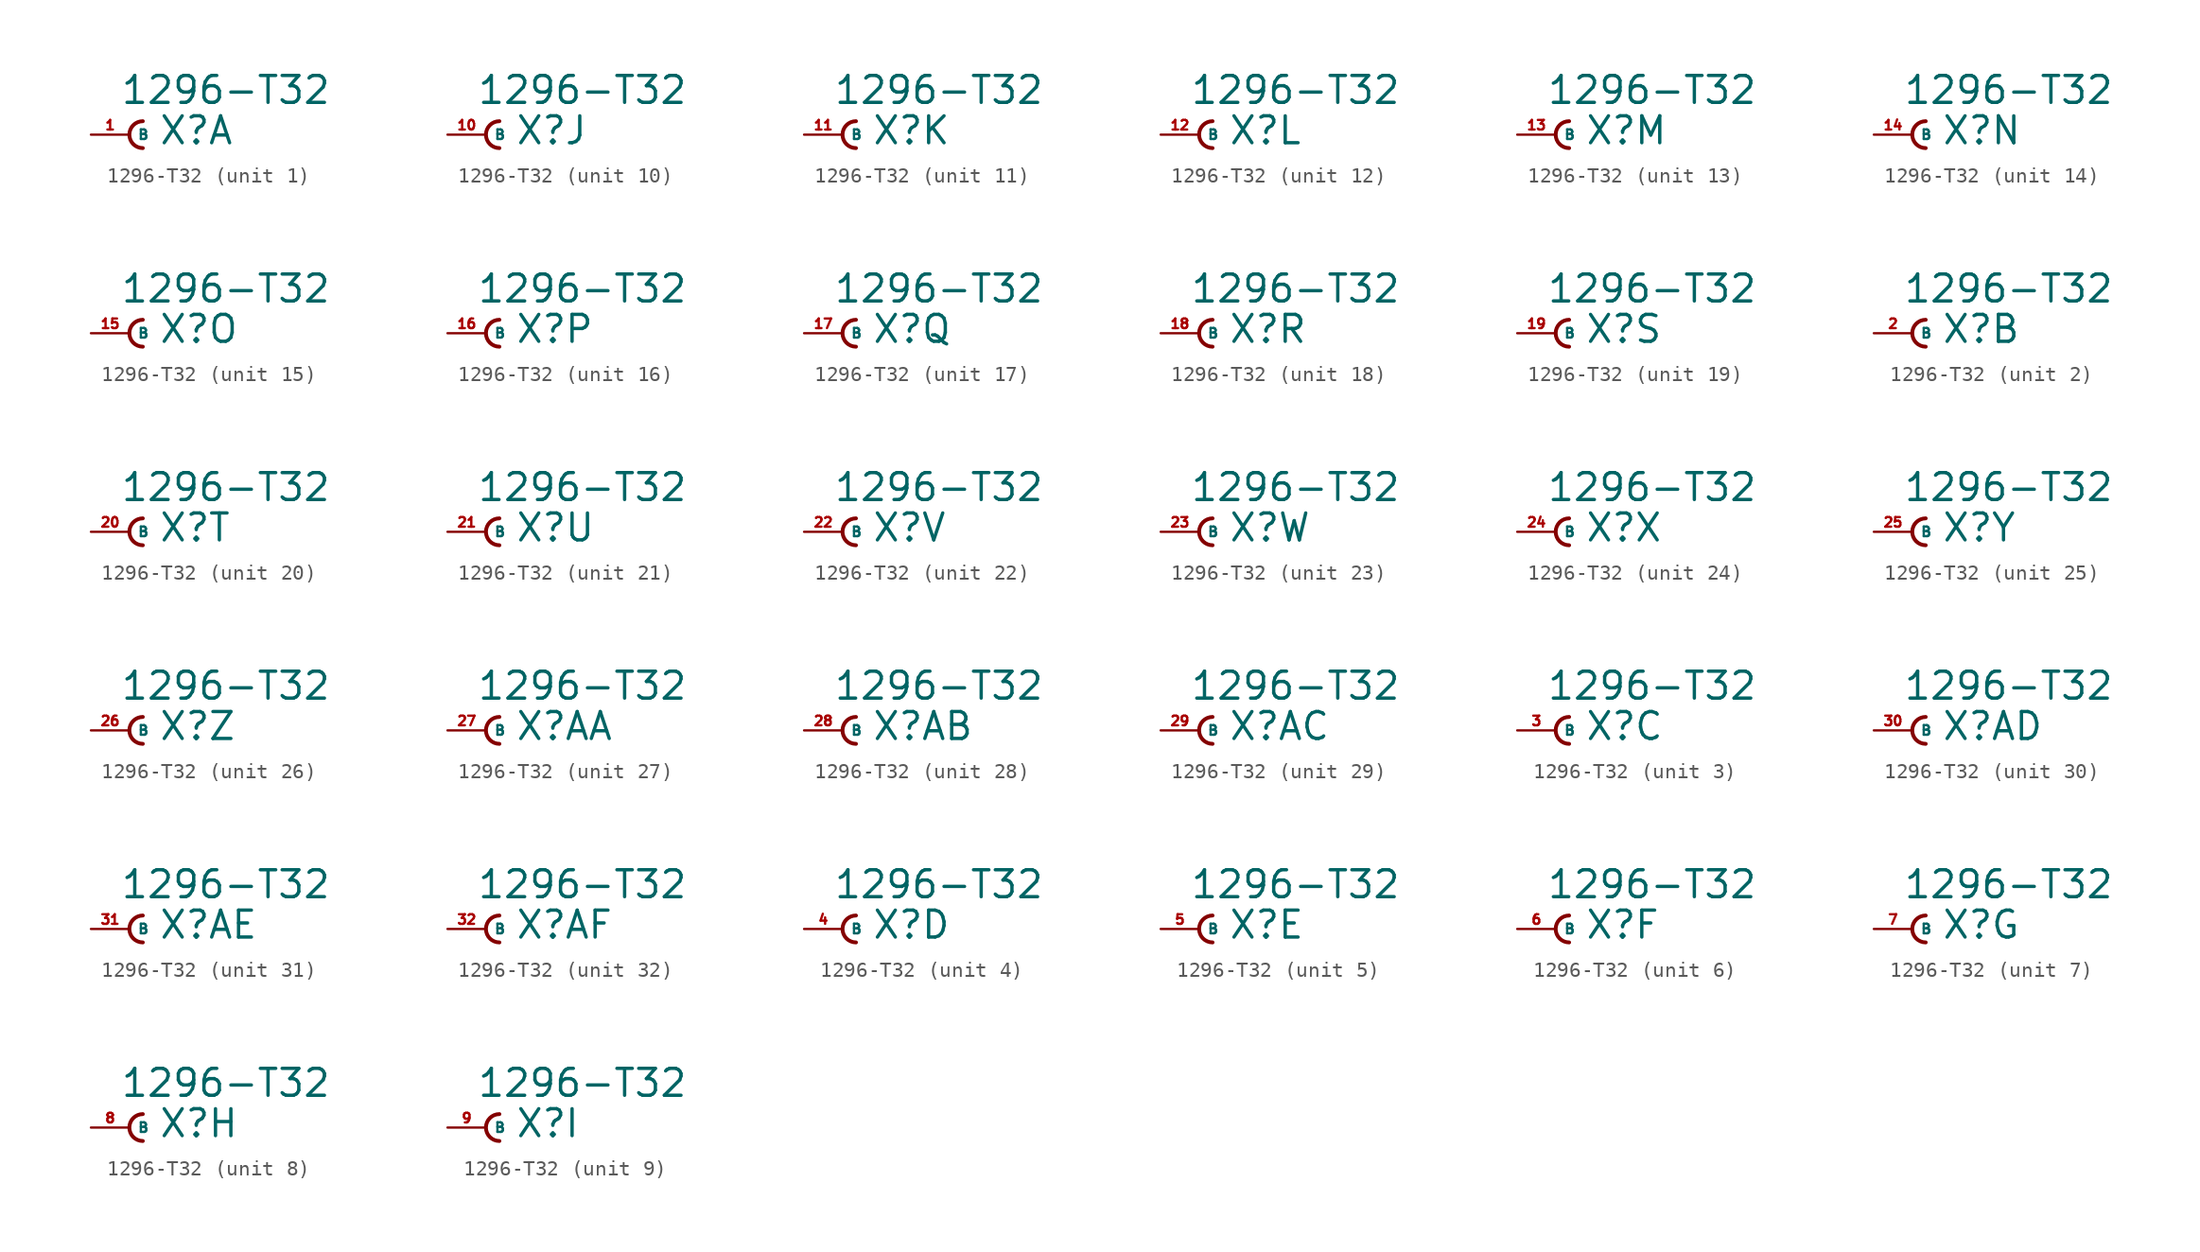
<source format=kicad_sym>
(kicad_symbol_lib
  (version 20220914)
  (generator Eagle2Kicad)
  (symbol "1296-T32"
    (property "Reference" "X"
      (at 1.905 -0.762 0)
      (effects (font (size 1.778 1.778) (thickness 0.22)) (justify left bottom)))
    (property "Value" "1296-T32"
      (at -0.635 1.905 0)
      (effects (font (size 1.778 1.778) (thickness 0.22)) (justify left bottom)))
    (symbol "1296-T32_1_0"
      (arc (start 0.889 0.889) (mid 0.000 0.000) (end 0.889 -0.889) (stroke (width 0.254) (type default)) (fill (type none)))
      (pin passive line (at -2.54 0 0) (length 2.54) (name "B" (effects (font (size 0.635 0.635) (thickness 0.08)) (justify left bottom))) (number "1" (effects (font (size 0.635 0.635) (thickness 0.08)) (justify left bottom)))))
    (symbol "1296-T32_2_0"
      (arc (start 0.889 0.889) (mid 0.000 0.000) (end 0.889 -0.889) (stroke (width 0.254) (type default)) (fill (type none)))
      (pin passive line (at -2.54 0 0) (length 2.54) (name "B" (effects (font (size 0.635 0.635) (thickness 0.08)) (justify left bottom))) (number "2" (effects (font (size 0.635 0.635) (thickness 0.08)) (justify left bottom)))))
    (symbol "1296-T32_3_0"
      (arc (start 0.889 0.889) (mid 0.000 0.000) (end 0.889 -0.889) (stroke (width 0.254) (type default)) (fill (type none)))
      (pin passive line (at -2.54 0 0) (length 2.54) (name "B" (effects (font (size 0.635 0.635) (thickness 0.08)) (justify left bottom))) (number "3" (effects (font (size 0.635 0.635) (thickness 0.08)) (justify left bottom)))))
    (symbol "1296-T32_4_0"
      (arc (start 0.889 0.889) (mid 0.000 0.000) (end 0.889 -0.889) (stroke (width 0.254) (type default)) (fill (type none)))
      (pin passive line (at -2.54 0 0) (length 2.54) (name "B" (effects (font (size 0.635 0.635) (thickness 0.08)) (justify left bottom))) (number "4" (effects (font (size 0.635 0.635) (thickness 0.08)) (justify left bottom)))))
    (symbol "1296-T32_5_0"
      (arc (start 0.889 0.889) (mid 0.000 0.000) (end 0.889 -0.889) (stroke (width 0.254) (type default)) (fill (type none)))
      (pin passive line (at -2.54 0 0) (length 2.54) (name "B" (effects (font (size 0.635 0.635) (thickness 0.08)) (justify left bottom))) (number "5" (effects (font (size 0.635 0.635) (thickness 0.08)) (justify left bottom)))))
    (symbol "1296-T32_6_0"
      (arc (start 0.889 0.889) (mid 0.000 0.000) (end 0.889 -0.889) (stroke (width 0.254) (type default)) (fill (type none)))
      (pin passive line (at -2.54 0 0) (length 2.54) (name "B" (effects (font (size 0.635 0.635) (thickness 0.08)) (justify left bottom))) (number "6" (effects (font (size 0.635 0.635) (thickness 0.08)) (justify left bottom)))))
    (symbol "1296-T32_7_0"
      (arc (start 0.889 0.889) (mid 0.000 0.000) (end 0.889 -0.889) (stroke (width 0.254) (type default)) (fill (type none)))
      (pin passive line (at -2.54 0 0) (length 2.54) (name "B" (effects (font (size 0.635 0.635) (thickness 0.08)) (justify left bottom))) (number "7" (effects (font (size 0.635 0.635) (thickness 0.08)) (justify left bottom)))))
    (symbol "1296-T32_8_0"
      (arc (start 0.889 0.889) (mid 0.000 0.000) (end 0.889 -0.889) (stroke (width 0.254) (type default)) (fill (type none)))
      (pin passive line (at -2.54 0 0) (length 2.54) (name "B" (effects (font (size 0.635 0.635) (thickness 0.08)) (justify left bottom))) (number "8" (effects (font (size 0.635 0.635) (thickness 0.08)) (justify left bottom)))))
    (symbol "1296-T32_9_0"
      (arc (start 0.889 0.889) (mid 0.000 0.000) (end 0.889 -0.889) (stroke (width 0.254) (type default)) (fill (type none)))
      (pin passive line (at -2.54 0 0) (length 2.54) (name "B" (effects (font (size 0.635 0.635) (thickness 0.08)) (justify left bottom))) (number "9" (effects (font (size 0.635 0.635) (thickness 0.08)) (justify left bottom)))))
    (symbol "1296-T32_10_0"
      (arc (start 0.889 0.889) (mid 0.000 0.000) (end 0.889 -0.889) (stroke (width 0.254) (type default)) (fill (type none)))
      (pin passive line (at -2.54 0 0) (length 2.54) (name "B" (effects (font (size 0.635 0.635) (thickness 0.08)) (justify left bottom))) (number "10" (effects (font (size 0.635 0.635) (thickness 0.08)) (justify left bottom)))))
    (symbol "1296-T32_11_0"
      (arc (start 0.889 0.889) (mid 0.000 0.000) (end 0.889 -0.889) (stroke (width 0.254) (type default)) (fill (type none)))
      (pin passive line (at -2.54 0 0) (length 2.54) (name "B" (effects (font (size 0.635 0.635) (thickness 0.08)) (justify left bottom))) (number "11" (effects (font (size 0.635 0.635) (thickness 0.08)) (justify left bottom)))))
    (symbol "1296-T32_12_0"
      (arc (start 0.889 0.889) (mid 0.000 0.000) (end 0.889 -0.889) (stroke (width 0.254) (type default)) (fill (type none)))
      (pin passive line (at -2.54 0 0) (length 2.54) (name "B" (effects (font (size 0.635 0.635) (thickness 0.08)) (justify left bottom))) (number "12" (effects (font (size 0.635 0.635) (thickness 0.08)) (justify left bottom)))))
    (symbol "1296-T32_13_0"
      (arc (start 0.889 0.889) (mid 0.000 0.000) (end 0.889 -0.889) (stroke (width 0.254) (type default)) (fill (type none)))
      (pin passive line (at -2.54 0 0) (length 2.54) (name "B" (effects (font (size 0.635 0.635) (thickness 0.08)) (justify left bottom))) (number "13" (effects (font (size 0.635 0.635) (thickness 0.08)) (justify left bottom)))))
    (symbol "1296-T32_14_0"
      (arc (start 0.889 0.889) (mid 0.000 0.000) (end 0.889 -0.889) (stroke (width 0.254) (type default)) (fill (type none)))
      (pin passive line (at -2.54 0 0) (length 2.54) (name "B" (effects (font (size 0.635 0.635) (thickness 0.08)) (justify left bottom))) (number "14" (effects (font (size 0.635 0.635) (thickness 0.08)) (justify left bottom)))))
    (symbol "1296-T32_15_0"
      (arc (start 0.889 0.889) (mid 0.000 0.000) (end 0.889 -0.889) (stroke (width 0.254) (type default)) (fill (type none)))
      (pin passive line (at -2.54 0 0) (length 2.54) (name "B" (effects (font (size 0.635 0.635) (thickness 0.08)) (justify left bottom))) (number "15" (effects (font (size 0.635 0.635) (thickness 0.08)) (justify left bottom)))))
    (symbol "1296-T32_16_0"
      (arc (start 0.889 0.889) (mid 0.000 0.000) (end 0.889 -0.889) (stroke (width 0.254) (type default)) (fill (type none)))
      (pin passive line (at -2.54 0 0) (length 2.54) (name "B" (effects (font (size 0.635 0.635) (thickness 0.08)) (justify left bottom))) (number "16" (effects (font (size 0.635 0.635) (thickness 0.08)) (justify left bottom)))))
    (symbol "1296-T32_17_0"
      (arc (start 0.889 0.889) (mid 0.000 0.000) (end 0.889 -0.889) (stroke (width 0.254) (type default)) (fill (type none)))
      (pin passive line (at -2.54 0 0) (length 2.54) (name "B" (effects (font (size 0.635 0.635) (thickness 0.08)) (justify left bottom))) (number "17" (effects (font (size 0.635 0.635) (thickness 0.08)) (justify left bottom)))))
    (symbol "1296-T32_18_0"
      (arc (start 0.889 0.889) (mid 0.000 0.000) (end 0.889 -0.889) (stroke (width 0.254) (type default)) (fill (type none)))
      (pin passive line (at -2.54 0 0) (length 2.54) (name "B" (effects (font (size 0.635 0.635) (thickness 0.08)) (justify left bottom))) (number "18" (effects (font (size 0.635 0.635) (thickness 0.08)) (justify left bottom)))))
    (symbol "1296-T32_19_0"
      (arc (start 0.889 0.889) (mid 0.000 0.000) (end 0.889 -0.889) (stroke (width 0.254) (type default)) (fill (type none)))
      (pin passive line (at -2.54 0 0) (length 2.54) (name "B" (effects (font (size 0.635 0.635) (thickness 0.08)) (justify left bottom))) (number "19" (effects (font (size 0.635 0.635) (thickness 0.08)) (justify left bottom)))))
    (symbol "1296-T32_20_0"
      (arc (start 0.889 0.889) (mid 0.000 0.000) (end 0.889 -0.889) (stroke (width 0.254) (type default)) (fill (type none)))
      (pin passive line (at -2.54 0 0) (length 2.54) (name "B" (effects (font (size 0.635 0.635) (thickness 0.08)) (justify left bottom))) (number "20" (effects (font (size 0.635 0.635) (thickness 0.08)) (justify left bottom)))))
    (symbol "1296-T32_21_0"
      (arc (start 0.889 0.889) (mid 0.000 0.000) (end 0.889 -0.889) (stroke (width 0.254) (type default)) (fill (type none)))
      (pin passive line (at -2.54 0 0) (length 2.54) (name "B" (effects (font (size 0.635 0.635) (thickness 0.08)) (justify left bottom))) (number "21" (effects (font (size 0.635 0.635) (thickness 0.08)) (justify left bottom)))))
    (symbol "1296-T32_22_0"
      (arc (start 0.889 0.889) (mid 0.000 0.000) (end 0.889 -0.889) (stroke (width 0.254) (type default)) (fill (type none)))
      (pin passive line (at -2.54 0 0) (length 2.54) (name "B" (effects (font (size 0.635 0.635) (thickness 0.08)) (justify left bottom))) (number "22" (effects (font (size 0.635 0.635) (thickness 0.08)) (justify left bottom)))))
    (symbol "1296-T32_23_0"
      (arc (start 0.889 0.889) (mid 0.000 0.000) (end 0.889 -0.889) (stroke (width 0.254) (type default)) (fill (type none)))
      (pin passive line (at -2.54 0 0) (length 2.54) (name "B" (effects (font (size 0.635 0.635) (thickness 0.08)) (justify left bottom))) (number "23" (effects (font (size 0.635 0.635) (thickness 0.08)) (justify left bottom)))))
    (symbol "1296-T32_24_0"
      (arc (start 0.889 0.889) (mid 0.000 0.000) (end 0.889 -0.889) (stroke (width 0.254) (type default)) (fill (type none)))
      (pin passive line (at -2.54 0 0) (length 2.54) (name "B" (effects (font (size 0.635 0.635) (thickness 0.08)) (justify left bottom))) (number "24" (effects (font (size 0.635 0.635) (thickness 0.08)) (justify left bottom)))))
    (symbol "1296-T32_25_0"
      (arc (start 0.889 0.889) (mid 0.000 0.000) (end 0.889 -0.889) (stroke (width 0.254) (type default)) (fill (type none)))
      (pin passive line (at -2.54 0 0) (length 2.54) (name "B" (effects (font (size 0.635 0.635) (thickness 0.08)) (justify left bottom))) (number "25" (effects (font (size 0.635 0.635) (thickness 0.08)) (justify left bottom)))))
    (symbol "1296-T32_26_0"
      (arc (start 0.889 0.889) (mid 0.000 0.000) (end 0.889 -0.889) (stroke (width 0.254) (type default)) (fill (type none)))
      (pin passive line (at -2.54 0 0) (length 2.54) (name "B" (effects (font (size 0.635 0.635) (thickness 0.08)) (justify left bottom))) (number "26" (effects (font (size 0.635 0.635) (thickness 0.08)) (justify left bottom)))))
    (symbol "1296-T32_27_0"
      (arc (start 0.889 0.889) (mid 0.000 0.000) (end 0.889 -0.889) (stroke (width 0.254) (type default)) (fill (type none)))
      (pin passive line (at -2.54 0 0) (length 2.54) (name "B" (effects (font (size 0.635 0.635) (thickness 0.08)) (justify left bottom))) (number "27" (effects (font (size 0.635 0.635) (thickness 0.08)) (justify left bottom)))))
    (symbol "1296-T32_28_0"
      (arc (start 0.889 0.889) (mid 0.000 0.000) (end 0.889 -0.889) (stroke (width 0.254) (type default)) (fill (type none)))
      (pin passive line (at -2.54 0 0) (length 2.54) (name "B" (effects (font (size 0.635 0.635) (thickness 0.08)) (justify left bottom))) (number "28" (effects (font (size 0.635 0.635) (thickness 0.08)) (justify left bottom)))))
    (symbol "1296-T32_29_0"
      (arc (start 0.889 0.889) (mid 0.000 0.000) (end 0.889 -0.889) (stroke (width 0.254) (type default)) (fill (type none)))
      (pin passive line (at -2.54 0 0) (length 2.54) (name "B" (effects (font (size 0.635 0.635) (thickness 0.08)) (justify left bottom))) (number "29" (effects (font (size 0.635 0.635) (thickness 0.08)) (justify left bottom)))))
    (symbol "1296-T32_30_0"
      (arc (start 0.889 0.889) (mid 0.000 0.000) (end 0.889 -0.889) (stroke (width 0.254) (type default)) (fill (type none)))
      (pin passive line (at -2.54 0 0) (length 2.54) (name "B" (effects (font (size 0.635 0.635) (thickness 0.08)) (justify left bottom))) (number "30" (effects (font (size 0.635 0.635) (thickness 0.08)) (justify left bottom)))))
    (symbol "1296-T32_31_0"
      (arc (start 0.889 0.889) (mid 0.000 0.000) (end 0.889 -0.889) (stroke (width 0.254) (type default)) (fill (type none)))
      (pin passive line (at -2.54 0 0) (length 2.54) (name "B" (effects (font (size 0.635 0.635) (thickness 0.08)) (justify left bottom))) (number "31" (effects (font (size 0.635 0.635) (thickness 0.08)) (justify left bottom)))))
    (symbol "1296-T32_32_0"
      (arc (start 0.889 0.889) (mid 0.000 0.000) (end 0.889 -0.889) (stroke (width 0.254) (type default)) (fill (type none)))
      (pin passive line (at -2.54 0 0) (length 2.54) (name "B" (effects (font (size 0.635 0.635) (thickness 0.08)) (justify left bottom))) (number "32" (effects (font (size 0.635 0.635) (thickness 0.08)) (justify left bottom)))))))
</source>
